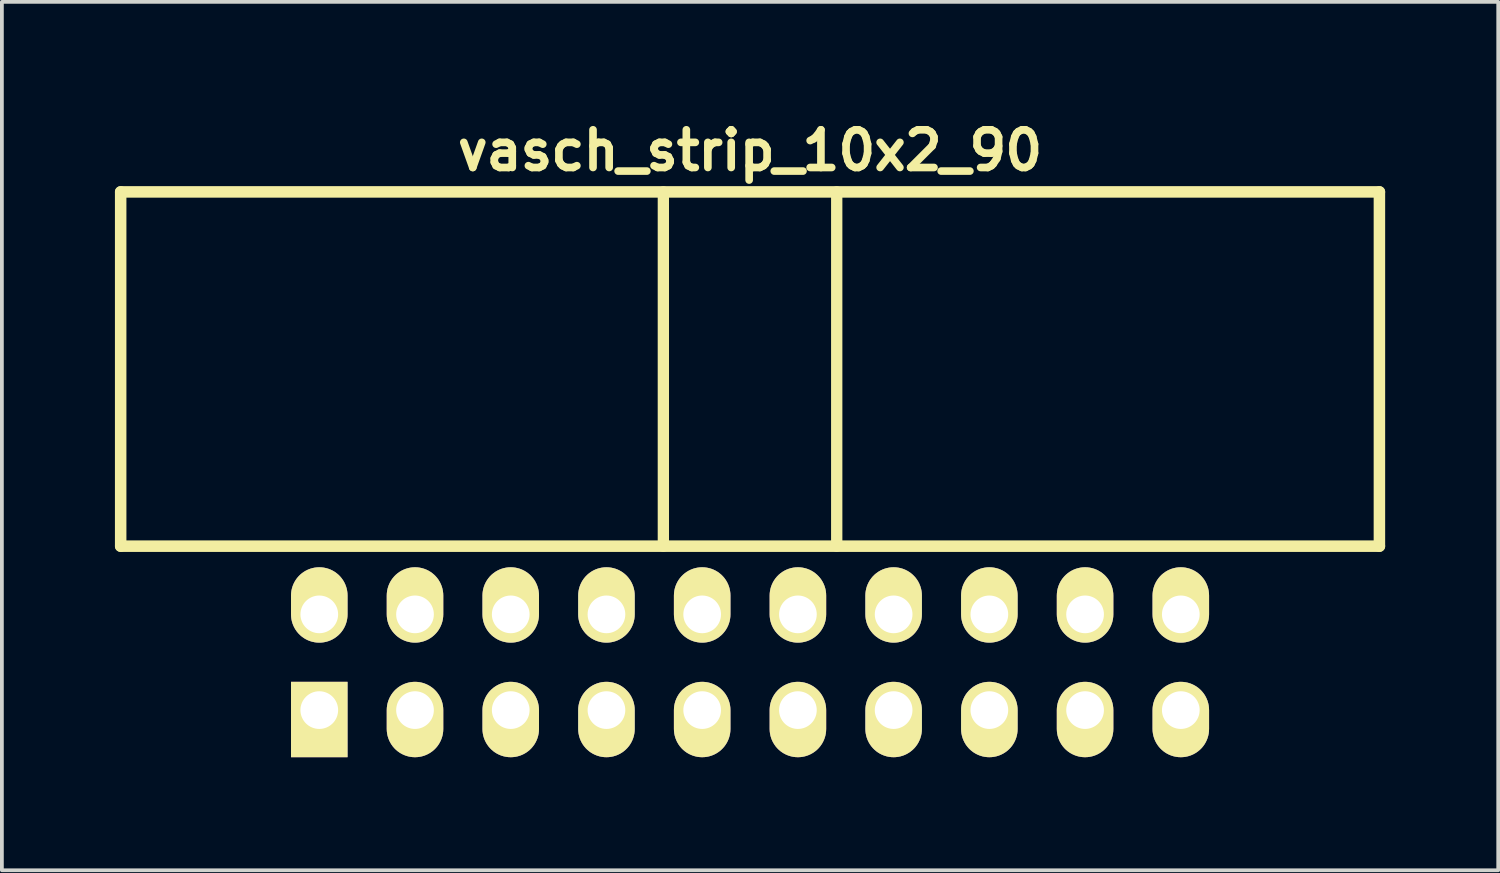
<source format=kicad_pcb>
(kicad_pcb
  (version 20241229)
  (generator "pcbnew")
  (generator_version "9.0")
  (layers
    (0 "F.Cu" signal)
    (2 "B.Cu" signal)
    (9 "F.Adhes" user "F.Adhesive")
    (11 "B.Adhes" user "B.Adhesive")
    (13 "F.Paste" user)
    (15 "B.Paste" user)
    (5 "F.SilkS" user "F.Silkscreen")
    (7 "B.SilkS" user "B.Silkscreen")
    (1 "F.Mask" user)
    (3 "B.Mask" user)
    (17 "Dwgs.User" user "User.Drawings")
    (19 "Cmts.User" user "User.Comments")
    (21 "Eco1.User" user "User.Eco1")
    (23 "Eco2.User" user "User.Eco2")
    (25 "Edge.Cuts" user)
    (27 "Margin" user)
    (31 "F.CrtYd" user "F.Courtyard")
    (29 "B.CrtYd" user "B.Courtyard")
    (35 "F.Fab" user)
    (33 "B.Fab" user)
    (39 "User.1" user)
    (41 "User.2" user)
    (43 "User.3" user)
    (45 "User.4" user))
  (footprint "vasch_strip_10x2_90"
    (layer "F.Cu")
    (at 16.852 9.442)
    (property "Reference" "vasch_strip_10x2_90" (at 0 -8.5 0) (layer "F.SilkS") (effects (font (size 1 1) (thickness 0.203))))
    (attr through_hole)
    (fp_line (start -16.7 -7.4) (end -16.7 2) (stroke (width 0.305) (type solid)) (layer "F.SilkS"))
    (fp_line (start -16.7 2) (end 16.7 2) (stroke (width 0.305) (type solid)) (layer "F.SilkS"))
    (fp_line (start -2.3 -7.4) (end -2.3 2) (stroke (width 0.3) (type solid)) (layer "F.SilkS"))
    (fp_line (start 2.3 -7.4) (end 2.3 2) (stroke (width 0.3) (type solid)) (layer "F.SilkS"))
    (fp_line (start 16.7 -7.4) (end -16.7 -7.4) (stroke (width 0.305) (type solid)) (layer "F.SilkS"))
    (fp_line (start 16.7 -7.4) (end 16.7 2) (stroke (width 0.305) (type solid)) (layer "F.SilkS"))
    (pad "1" thru_hole rect (at -11.43 6.35) (size 1.5 2) (drill 1 (offset 0 0.25)) (layers "*.Cu" "*.Mask" "F.SilkS"))
    (pad "2" thru_hole oval (at -11.43 3.81) (size 1.5 2) (drill 1 (offset 0 -0.25)) (layers "*.Cu" "*.Mask" "F.SilkS"))
    (pad "3" thru_hole oval (at -8.89 6.35) (size 1.5 2) (drill 1 (offset 0 0.25)) (layers "*.Cu" "*.Mask" "F.SilkS"))
    (pad "4" thru_hole oval (at -8.89 3.81) (size 1.5 2) (drill 1 (offset 0 -0.25)) (layers "*.Cu" "*.Mask" "F.SilkS"))
    (pad "5" thru_hole oval (at -6.35 6.35) (size 1.5 2) (drill 1 (offset 0 0.25)) (layers "*.Cu" "*.Mask" "F.SilkS"))
    (pad "6" thru_hole oval (at -6.35 3.81) (size 1.5 2) (drill 1 (offset 0 -0.25)) (layers "*.Cu" "*.Mask" "F.SilkS"))
    (pad "7" thru_hole oval (at -3.81 6.35) (size 1.5 2) (drill 1 (offset 0 0.25)) (layers "*.Cu" "*.Mask" "F.SilkS"))
    (pad "8" thru_hole oval (at -3.81 3.81) (size 1.5 2) (drill 1 (offset 0 -0.25)) (layers "*.Cu" "*.Mask" "F.SilkS"))
    (pad "9" thru_hole oval (at -1.27 6.35) (size 1.5 2) (drill 1 (offset 0 0.25)) (layers "*.Cu" "*.Mask" "F.SilkS"))
    (pad "10" thru_hole oval (at -1.27 3.81) (size 1.5 2) (drill 1 (offset 0 -0.25)) (layers "*.Cu" "*.Mask" "F.SilkS"))
    (pad "11" thru_hole oval (at 1.27 6.35) (size 1.5 2) (drill 1 (offset 0 0.25)) (layers "*.Cu" "*.Mask" "F.SilkS"))
    (pad "12" thru_hole oval (at 1.27 3.81) (size 1.5 2) (drill 1 (offset 0 -0.25)) (layers "*.Cu" "*.Mask" "F.SilkS"))
    (pad "13" thru_hole oval (at 3.81 6.35) (size 1.5 2) (drill 1 (offset 0 0.25)) (layers "*.Cu" "*.Mask" "F.SilkS"))
    (pad "14" thru_hole oval (at 3.81 3.81) (size 1.5 2) (drill 1 (offset 0 -0.25)) (layers "*.Cu" "*.Mask" "F.SilkS"))
    (pad "15" thru_hole oval (at 6.35 6.35) (size 1.5 2) (drill 1 (offset 0 0.25)) (layers "*.Cu" "*.Mask" "F.SilkS"))
    (pad "16" thru_hole oval (at 6.35 3.81) (size 1.5 2) (drill 1 (offset 0 -0.25)) (layers "*.Cu" "*.Mask" "F.SilkS"))
    (pad "17" thru_hole oval (at 8.89 6.35) (size 1.5 2) (drill 1 (offset 0 0.25)) (layers "*.Cu" "*.Mask" "F.SilkS"))
    (pad "18" thru_hole oval (at 8.89 3.81) (size 1.5 2) (drill 1 (offset 0 -0.25)) (layers "*.Cu" "*.Mask" "F.SilkS"))
    (pad "19" thru_hole oval (at 11.43 6.35) (size 1.5 2) (drill 1 (offset 0 0.25)) (layers "*.Cu" "*.Mask" "F.SilkS"))
    (pad "20" thru_hole oval (at 11.43 3.81) (size 1.5 2) (drill 1 (offset 0 -0.25)) (layers "*.Cu" "*.Mask" "F.SilkS")))
  (gr_rect
    (start -3 -3)
    (end 36.705 20.042)
    (stroke (width 0.1) (type default))
    (fill no)
    (layer "Edge.Cuts")))
</source>
